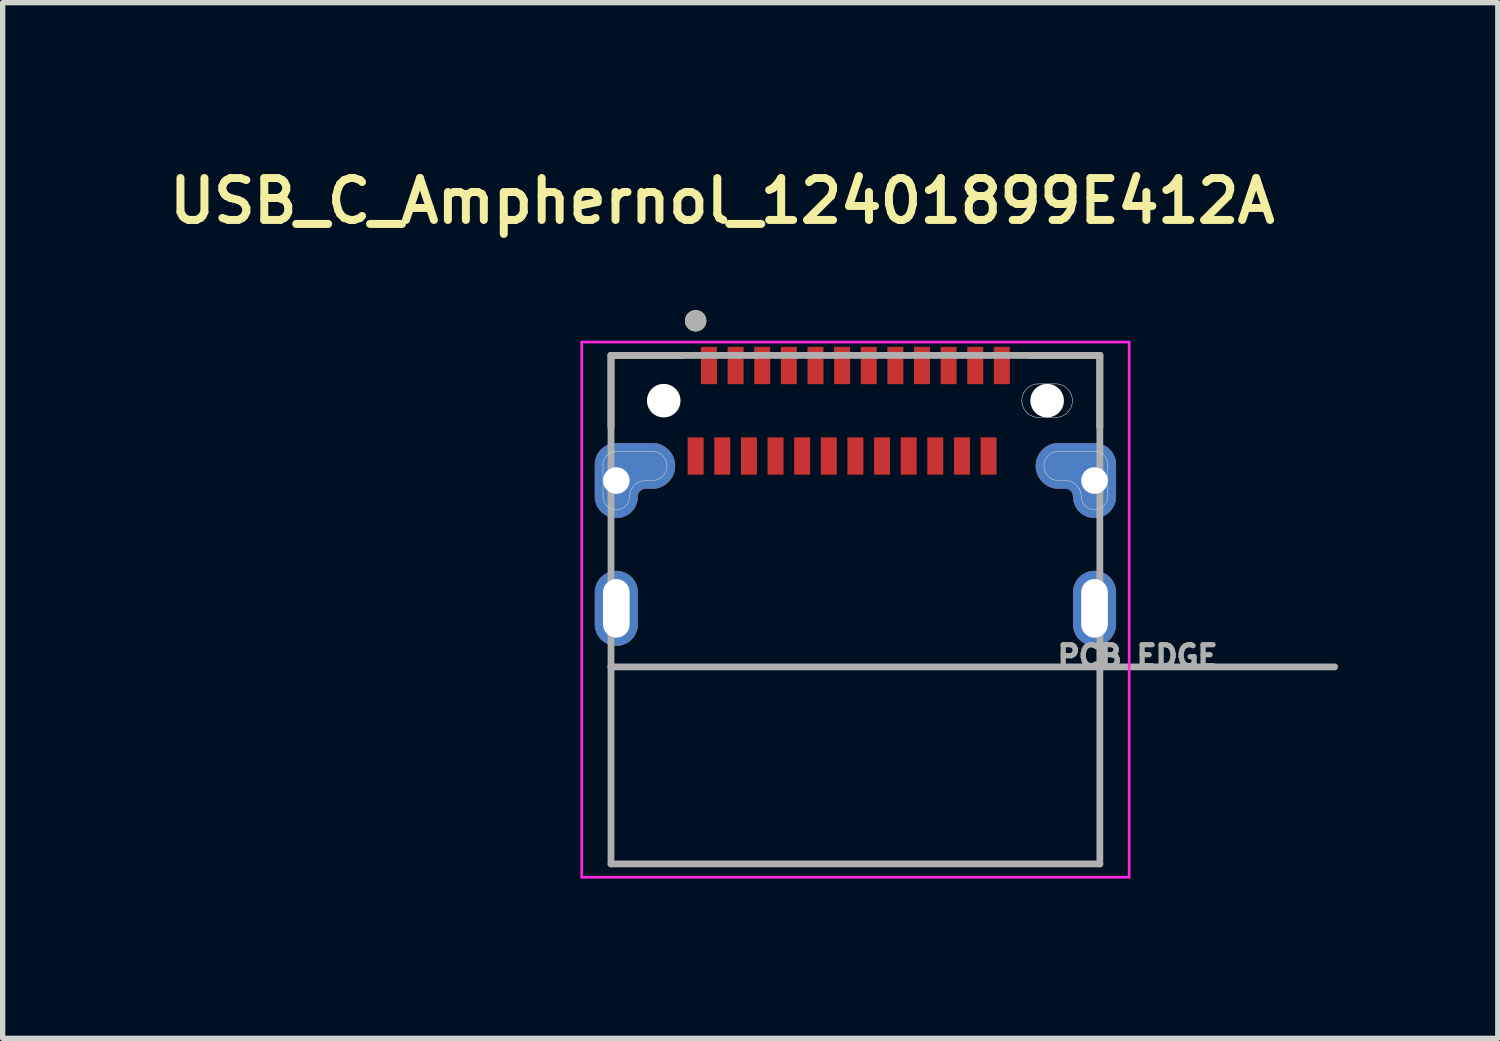
<source format=kicad_pcb>
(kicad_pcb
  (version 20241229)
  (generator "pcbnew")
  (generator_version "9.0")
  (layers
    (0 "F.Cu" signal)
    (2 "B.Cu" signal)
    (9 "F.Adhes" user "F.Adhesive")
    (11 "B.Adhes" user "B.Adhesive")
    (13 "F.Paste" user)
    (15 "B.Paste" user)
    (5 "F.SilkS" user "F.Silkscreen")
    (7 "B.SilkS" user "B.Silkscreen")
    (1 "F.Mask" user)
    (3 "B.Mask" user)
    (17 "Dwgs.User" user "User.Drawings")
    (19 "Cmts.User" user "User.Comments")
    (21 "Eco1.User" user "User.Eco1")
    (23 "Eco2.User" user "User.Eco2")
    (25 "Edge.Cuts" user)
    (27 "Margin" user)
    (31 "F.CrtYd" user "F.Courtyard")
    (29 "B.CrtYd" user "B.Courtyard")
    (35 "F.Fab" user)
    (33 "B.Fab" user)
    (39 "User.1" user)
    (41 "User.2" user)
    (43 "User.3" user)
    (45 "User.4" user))
  (footprint "USB_C_Amphernol_12401899E412A"
    (layer "F.Cu")
    (at 13.014 4.474)
    (property "Reference" "USB_C_Amphernol_12401899E412A" (at -2.5 -3.75 0) (layer "F.SilkS") (effects (font (size 0.787 0.787) (thickness 0.15))))
    (attr through_hole)
    (fp_poly (pts (xy -4.49 3.2) (xy -4.511 3.201) (xy -4.532 3.202) (xy -4.553 3.205) (xy -4.573 3.209) (xy -4.594 3.214) (xy -4.614 3.22) (xy -4.633 3.227) (xy -4.653 3.235) (xy -4.672 3.244) (xy -4.69 3.254) (xy -4.708 3.265) (xy -4.725 3.276) (xy -4.742 3.289) (xy -4.758 3.303) (xy -4.773 3.317) (xy -4.787 3.332) (xy -4.801 3.348) (xy -4.814 3.365) (xy -4.825 3.382) (xy -4.836 3.4) (xy -4.846 3.418) (xy -4.855 3.437) (xy -4.863 3.457) (xy -4.87 3.476) (xy -4.876 3.496) (xy -4.881 3.517) (xy -4.885 3.537) (xy -4.888 3.558) (xy -4.889 3.579) (xy -4.89 3.6) (xy -4.89 4.2) (xy -4.889 4.221) (xy -4.888 4.242) (xy -4.885 4.263) (xy -4.881 4.283) (xy -4.876 4.304) (xy -4.87 4.324) (xy -4.863 4.343) (xy -4.855 4.363) (xy -4.846 4.382) (xy -4.836 4.4) (xy -4.825 4.418) (xy -4.814 4.435) (xy -4.801 4.452) (xy -4.787 4.468) (xy -4.773 4.483) (xy -4.758 4.497) (xy -4.742 4.511) (xy -4.725 4.524) (xy -4.708 4.535) (xy -4.69 4.546) (xy -4.672 4.556) (xy -4.653 4.565) (xy -4.633 4.573) (xy -4.614 4.58) (xy -4.594 4.586) (xy -4.573 4.591) (xy -4.553 4.595) (xy -4.532 4.598) (xy -4.511 4.599) (xy -4.49 4.6) (xy -4.469 4.599) (xy -4.448 4.598) (xy -4.427 4.595) (xy -4.407 4.591) (xy -4.386 4.586) (xy -4.366 4.58) (xy -4.347 4.573) (xy -4.327 4.565) (xy -4.308 4.556) (xy -4.29 4.546) (xy -4.272 4.535) (xy -4.255 4.524) (xy -4.238 4.511) (xy -4.222 4.497) (xy -4.207 4.483) (xy -4.193 4.468) (xy -4.179 4.452) (xy -4.166 4.435) (xy -4.155 4.418) (xy -4.144 4.4) (xy -4.134 4.382) (xy -4.125 4.363) (xy -4.117 4.343) (xy -4.11 4.324) (xy -4.104 4.304) (xy -4.099 4.283) (xy -4.095 4.263) (xy -4.092 4.242) (xy -4.091 4.221) (xy -4.09 4.2) (xy -4.09 3.6) (xy -4.091 3.579) (xy -4.092 3.558) (xy -4.095 3.537) (xy -4.099 3.517) (xy -4.104 3.496) (xy -4.11 3.476) (xy -4.117 3.457) (xy -4.125 3.437) (xy -4.134 3.418) (xy -4.144 3.4) (xy -4.155 3.382) (xy -4.166 3.365) (xy -4.179 3.348) (xy -4.193 3.332) (xy -4.207 3.317) (xy -4.222 3.303) (xy -4.238 3.289) (xy -4.255 3.276) (xy -4.272 3.265) (xy -4.29 3.254) (xy -4.308 3.244) (xy -4.327 3.235) (xy -4.347 3.227) (xy -4.366 3.22) (xy -4.386 3.214) (xy -4.407 3.209) (xy -4.427 3.205) (xy -4.448 3.202) (xy -4.469 3.201) (xy -4.49 3.2)) (stroke (width 0.01) (type solid)) (fill yes) (layer "F.Cu"))
    (fp_poly (pts (xy 4.49 3.2) (xy 4.469 3.201) (xy 4.448 3.202) (xy 4.427 3.205) (xy 4.407 3.209) (xy 4.386 3.214) (xy 4.366 3.22) (xy 4.347 3.227) (xy 4.327 3.235) (xy 4.308 3.244) (xy 4.29 3.254) (xy 4.272 3.265) (xy 4.255 3.276) (xy 4.238 3.289) (xy 4.222 3.303) (xy 4.207 3.317) (xy 4.193 3.332) (xy 4.179 3.348) (xy 4.166 3.365) (xy 4.155 3.382) (xy 4.144 3.4) (xy 4.134 3.418) (xy 4.125 3.437) (xy 4.117 3.457) (xy 4.11 3.476) (xy 4.104 3.496) (xy 4.099 3.517) (xy 4.095 3.537) (xy 4.092 3.558) (xy 4.091 3.579) (xy 4.09 3.6) (xy 4.09 4.2) (xy 4.091 4.221) (xy 4.092 4.242) (xy 4.095 4.263) (xy 4.099 4.283) (xy 4.104 4.304) (xy 4.11 4.324) (xy 4.117 4.343) (xy 4.125 4.363) (xy 4.134 4.382) (xy 4.144 4.4) (xy 4.155 4.418) (xy 4.166 4.435) (xy 4.179 4.452) (xy 4.193 4.468) (xy 4.207 4.483) (xy 4.222 4.497) (xy 4.238 4.511) (xy 4.255 4.524) (xy 4.272 4.535) (xy 4.29 4.546) (xy 4.308 4.556) (xy 4.327 4.565) (xy 4.347 4.573) (xy 4.366 4.58) (xy 4.386 4.586) (xy 4.407 4.591) (xy 4.427 4.595) (xy 4.448 4.598) (xy 4.469 4.599) (xy 4.49 4.6) (xy 4.511 4.599) (xy 4.532 4.598) (xy 4.553 4.595) (xy 4.573 4.591) (xy 4.594 4.586) (xy 4.614 4.58) (xy 4.633 4.573) (xy 4.653 4.565) (xy 4.672 4.556) (xy 4.69 4.546) (xy 4.708 4.535) (xy 4.725 4.524) (xy 4.742 4.511) (xy 4.758 4.497) (xy 4.773 4.483) (xy 4.787 4.468) (xy 4.801 4.452) (xy 4.814 4.435) (xy 4.825 4.418) (xy 4.836 4.4) (xy 4.846 4.382) (xy 4.855 4.363) (xy 4.863 4.343) (xy 4.87 4.324) (xy 4.876 4.304) (xy 4.881 4.283) (xy 4.885 4.263) (xy 4.888 4.242) (xy 4.889 4.221) (xy 4.89 4.2) (xy 4.89 3.6) (xy 4.889 3.579) (xy 4.888 3.558) (xy 4.885 3.537) (xy 4.881 3.517) (xy 4.876 3.496) (xy 4.87 3.476) (xy 4.863 3.457) (xy 4.855 3.437) (xy 4.846 3.418) (xy 4.836 3.4) (xy 4.825 3.382) (xy 4.814 3.365) (xy 4.801 3.348) (xy 4.787 3.332) (xy 4.773 3.317) (xy 4.758 3.303) (xy 4.742 3.289) (xy 4.725 3.276) (xy 4.708 3.265) (xy 4.69 3.254) (xy 4.672 3.244) (xy 4.653 3.235) (xy 4.633 3.227) (xy 4.614 3.22) (xy 4.594 3.214) (xy 4.573 3.209) (xy 4.553 3.205) (xy 4.532 3.202) (xy 4.511 3.201) (xy 4.49 3.2)) (stroke (width 0.01) (type solid)) (fill yes) (layer "F.Cu"))
    (fp_poly (pts (xy -4.49 0.8) (xy -3.815 0.8) (xy -3.793 0.801) (xy -3.771 0.802) (xy -3.749 0.805) (xy -3.727 0.809) (xy -3.705 0.814) (xy -3.684 0.821) (xy -3.663 0.828) (xy -3.642 0.837) (xy -3.622 0.846) (xy -3.603 0.857) (xy -3.584 0.869) (xy -3.565 0.881) (xy -3.548 0.895) (xy -3.531 0.909) (xy -3.514 0.924) (xy -3.499 0.941) (xy -3.485 0.958) (xy -3.471 0.975) (xy -3.459 0.994) (xy -3.447 1.013) (xy -3.436 1.032) (xy -3.427 1.052) (xy -3.418 1.073) (xy -3.411 1.094) (xy -3.404 1.115) (xy -3.399 1.137) (xy -3.395 1.159) (xy -3.392 1.181) (xy -3.391 1.203) (xy -3.39 1.225) (xy -3.391 1.247) (xy -3.392 1.269) (xy -3.395 1.291) (xy -3.399 1.313) (xy -3.404 1.335) (xy -3.411 1.356) (xy -3.418 1.377) (xy -3.427 1.398) (xy -3.436 1.418) (xy -3.447 1.438) (xy -3.459 1.456) (xy -3.471 1.475) (xy -3.485 1.492) (xy -3.499 1.509) (xy -3.514 1.526) (xy -3.531 1.541) (xy -3.548 1.555) (xy -3.565 1.569) (xy -3.584 1.581) (xy -3.603 1.593) (xy -3.622 1.604) (xy -3.642 1.613) (xy -3.663 1.622) (xy -3.684 1.629) (xy -3.705 1.636) (xy -3.727 1.641) (xy -3.749 1.645) (xy -3.771 1.648) (xy -3.793 1.649) (xy -3.815 1.65) (xy -3.94 1.65) (xy -3.948 1.65) (xy -3.956 1.651) (xy -3.963 1.652) (xy -3.971 1.653) (xy -3.979 1.655) (xy -3.986 1.657) (xy -3.994 1.66) (xy -4.001 1.663) (xy -4.008 1.666) (xy -4.015 1.67) (xy -4.022 1.674) (xy -4.028 1.679) (xy -4.034 1.683) (xy -4.04 1.689) (xy -4.046 1.694) (xy -4.051 1.7) (xy -4.057 1.706) (xy -4.061 1.712) (xy -4.066 1.718) (xy -4.07 1.725) (xy -4.074 1.732) (xy -4.077 1.739) (xy -4.08 1.746) (xy -4.083 1.754) (xy -4.085 1.761) (xy -4.087 1.769) (xy -4.088 1.777) (xy -4.089 1.784) (xy -4.09 1.792) (xy -4.09 1.8) (xy -4.091 1.821) (xy -4.092 1.842) (xy -4.095 1.863) (xy -4.099 1.883) (xy -4.104 1.904) (xy -4.11 1.924) (xy -4.117 1.943) (xy -4.125 1.963) (xy -4.134 1.982) (xy -4.144 2) (xy -4.155 2.018) (xy -4.166 2.035) (xy -4.179 2.052) (xy -4.193 2.068) (xy -4.207 2.083) (xy -4.222 2.097) (xy -4.238 2.111) (xy -4.255 2.124) (xy -4.272 2.135) (xy -4.29 2.146) (xy -4.308 2.156) (xy -4.327 2.165) (xy -4.347 2.173) (xy -4.366 2.18) (xy -4.386 2.186) (xy -4.407 2.191) (xy -4.427 2.195) (xy -4.448 2.198) (xy -4.469 2.199) (xy -4.49 2.2) (xy -4.511 2.199) (xy -4.532 2.198) (xy -4.553 2.195) (xy -4.573 2.191) (xy -4.594 2.186) (xy -4.614 2.18) (xy -4.633 2.173) (xy -4.653 2.165) (xy -4.672 2.156) (xy -4.69 2.146) (xy -4.708 2.135) (xy -4.725 2.124) (xy -4.742 2.111) (xy -4.758 2.097) (xy -4.773 2.083) (xy -4.787 2.068) (xy -4.801 2.052) (xy -4.814 2.035) (xy -4.825 2.018) (xy -4.836 2) (xy -4.846 1.982) (xy -4.855 1.963) (xy -4.863 1.943) (xy -4.87 1.924) (xy -4.876 1.904) (xy -4.881 1.883) (xy -4.885 1.863) (xy -4.888 1.842) (xy -4.889 1.821) (xy -4.89 1.8) (xy -4.89 1.2) (xy -4.889 1.179) (xy -4.888 1.158) (xy -4.885 1.137) (xy -4.881 1.117) (xy -4.876 1.096) (xy -4.87 1.076) (xy -4.863 1.057) (xy -4.855 1.037) (xy -4.846 1.018) (xy -4.836 1) (xy -4.825 0.982) (xy -4.814 0.965) (xy -4.801 0.948) (xy -4.787 0.932) (xy -4.773 0.917) (xy -4.758 0.903) (xy -4.742 0.889) (xy -4.725 0.876) (xy -4.708 0.865) (xy -4.69 0.854) (xy -4.672 0.844) (xy -4.653 0.835) (xy -4.633 0.827) (xy -4.614 0.82) (xy -4.594 0.814) (xy -4.573 0.809) (xy -4.553 0.805) (xy -4.532 0.802) (xy -4.511 0.801) (xy -4.49 0.8)) (stroke (width 0.01) (type solid)) (fill yes) (layer "F.Cu"))
    (fp_poly (pts (xy 4.49 0.8) (xy 3.815 0.8) (xy 3.793 0.801) (xy 3.771 0.802) (xy 3.749 0.805) (xy 3.727 0.809) (xy 3.705 0.814) (xy 3.684 0.821) (xy 3.663 0.828) (xy 3.642 0.837) (xy 3.622 0.846) (xy 3.603 0.857) (xy 3.584 0.869) (xy 3.565 0.881) (xy 3.548 0.895) (xy 3.531 0.909) (xy 3.514 0.924) (xy 3.499 0.941) (xy 3.485 0.958) (xy 3.471 0.975) (xy 3.459 0.994) (xy 3.447 1.013) (xy 3.436 1.032) (xy 3.427 1.052) (xy 3.418 1.073) (xy 3.411 1.094) (xy 3.404 1.115) (xy 3.399 1.137) (xy 3.395 1.159) (xy 3.392 1.181) (xy 3.391 1.203) (xy 3.39 1.225) (xy 3.391 1.247) (xy 3.392 1.269) (xy 3.395 1.291) (xy 3.399 1.313) (xy 3.404 1.335) (xy 3.411 1.356) (xy 3.418 1.377) (xy 3.427 1.398) (xy 3.436 1.418) (xy 3.447 1.438) (xy 3.459 1.456) (xy 3.471 1.475) (xy 3.485 1.492) (xy 3.499 1.509) (xy 3.514 1.526) (xy 3.531 1.541) (xy 3.548 1.555) (xy 3.565 1.569) (xy 3.584 1.581) (xy 3.603 1.593) (xy 3.622 1.604) (xy 3.642 1.613) (xy 3.663 1.622) (xy 3.684 1.629) (xy 3.705 1.636) (xy 3.727 1.641) (xy 3.749 1.645) (xy 3.771 1.648) (xy 3.793 1.649) (xy 3.815 1.65) (xy 3.94 1.65) (xy 3.948 1.65) (xy 3.956 1.651) (xy 3.963 1.652) (xy 3.971 1.653) (xy 3.979 1.655) (xy 3.986 1.657) (xy 3.994 1.66) (xy 4.001 1.663) (xy 4.008 1.666) (xy 4.015 1.67) (xy 4.022 1.674) (xy 4.028 1.679) (xy 4.034 1.683) (xy 4.04 1.689) (xy 4.046 1.694) (xy 4.051 1.7) (xy 4.057 1.706) (xy 4.061 1.712) (xy 4.066 1.718) (xy 4.07 1.725) (xy 4.074 1.732) (xy 4.077 1.739) (xy 4.08 1.746) (xy 4.083 1.754) (xy 4.085 1.761) (xy 4.087 1.769) (xy 4.088 1.777) (xy 4.089 1.784) (xy 4.09 1.792) (xy 4.09 1.8) (xy 4.091 1.821) (xy 4.092 1.842) (xy 4.095 1.863) (xy 4.099 1.883) (xy 4.104 1.904) (xy 4.11 1.924) (xy 4.117 1.943) (xy 4.125 1.963) (xy 4.134 1.982) (xy 4.144 2) (xy 4.155 2.018) (xy 4.166 2.035) (xy 4.179 2.052) (xy 4.193 2.068) (xy 4.207 2.083) (xy 4.222 2.097) (xy 4.238 2.111) (xy 4.255 2.124) (xy 4.272 2.135) (xy 4.29 2.146) (xy 4.308 2.156) (xy 4.327 2.165) (xy 4.347 2.173) (xy 4.366 2.18) (xy 4.386 2.186) (xy 4.407 2.191) (xy 4.427 2.195) (xy 4.448 2.198) (xy 4.469 2.199) (xy 4.49 2.2) (xy 4.511 2.199) (xy 4.532 2.198) (xy 4.553 2.195) (xy 4.573 2.191) (xy 4.594 2.186) (xy 4.614 2.18) (xy 4.633 2.173) (xy 4.653 2.165) (xy 4.672 2.156) (xy 4.69 2.146) (xy 4.708 2.135) (xy 4.725 2.124) (xy 4.742 2.111) (xy 4.758 2.097) (xy 4.773 2.083) (xy 4.787 2.068) (xy 4.801 2.052) (xy 4.814 2.035) (xy 4.825 2.018) (xy 4.836 2) (xy 4.846 1.982) (xy 4.855 1.963) (xy 4.863 1.943) (xy 4.87 1.924) (xy 4.876 1.904) (xy 4.881 1.883) (xy 4.885 1.863) (xy 4.888 1.842) (xy 4.889 1.821) (xy 4.89 1.8) (xy 4.89 1.2) (xy 4.889 1.179) (xy 4.888 1.158) (xy 4.885 1.137) (xy 4.881 1.117) (xy 4.876 1.096) (xy 4.87 1.076) (xy 4.863 1.057) (xy 4.855 1.037) (xy 4.846 1.018) (xy 4.836 1) (xy 4.825 0.982) (xy 4.814 0.965) (xy 4.801 0.948) (xy 4.787 0.932) (xy 4.773 0.917) (xy 4.758 0.903) (xy 4.742 0.889) (xy 4.725 0.876) (xy 4.708 0.865) (xy 4.69 0.854) (xy 4.672 0.844) (xy 4.653 0.835) (xy 4.633 0.827) (xy 4.614 0.82) (xy 4.594 0.814) (xy 4.573 0.809) (xy 4.553 0.805) (xy 4.532 0.802) (xy 4.511 0.801) (xy 4.49 0.8)) (stroke (width 0.01) (type solid)) (fill yes) (layer "F.Cu"))
    (fp_poly (pts (xy -4.49 3.1) (xy -4.516 3.101) (xy -4.542 3.103) (xy -4.568 3.106) (xy -4.594 3.111) (xy -4.619 3.117) (xy -4.645 3.124) (xy -4.669 3.133) (xy -4.693 3.143) (xy -4.717 3.154) (xy -4.74 3.167) (xy -4.762 3.181) (xy -4.784 3.195) (xy -4.805 3.211) (xy -4.825 3.228) (xy -4.844 3.246) (xy -4.862 3.265) (xy -4.879 3.285) (xy -4.895 3.306) (xy -4.909 3.328) (xy -4.923 3.35) (xy -4.936 3.373) (xy -4.947 3.397) (xy -4.957 3.421) (xy -4.966 3.445) (xy -4.973 3.471) (xy -4.979 3.496) (xy -4.984 3.522) (xy -4.987 3.548) (xy -4.989 3.574) (xy -4.99 3.6) (xy -4.99 4.2) (xy -4.989 4.226) (xy -4.987 4.252) (xy -4.984 4.278) (xy -4.979 4.304) (xy -4.973 4.329) (xy -4.966 4.355) (xy -4.957 4.379) (xy -4.947 4.403) (xy -4.936 4.427) (xy -4.923 4.45) (xy -4.909 4.472) (xy -4.895 4.494) (xy -4.879 4.515) (xy -4.862 4.535) (xy -4.844 4.554) (xy -4.825 4.572) (xy -4.805 4.589) (xy -4.784 4.605) (xy -4.762 4.619) (xy -4.74 4.633) (xy -4.717 4.646) (xy -4.693 4.657) (xy -4.669 4.667) (xy -4.645 4.676) (xy -4.619 4.683) (xy -4.594 4.689) (xy -4.568 4.694) (xy -4.542 4.697) (xy -4.516 4.699) (xy -4.49 4.7) (xy -4.464 4.699) (xy -4.438 4.697) (xy -4.412 4.694) (xy -4.386 4.689) (xy -4.361 4.683) (xy -4.335 4.676) (xy -4.311 4.667) (xy -4.287 4.657) (xy -4.263 4.646) (xy -4.24 4.633) (xy -4.218 4.619) (xy -4.196 4.605) (xy -4.175 4.589) (xy -4.155 4.572) (xy -4.136 4.554) (xy -4.118 4.535) (xy -4.101 4.515) (xy -4.085 4.494) (xy -4.071 4.472) (xy -4.057 4.45) (xy -4.044 4.427) (xy -4.033 4.403) (xy -4.023 4.379) (xy -4.014 4.355) (xy -4.007 4.329) (xy -4.001 4.304) (xy -3.996 4.278) (xy -3.993 4.252) (xy -3.991 4.226) (xy -3.99 4.2) (xy -3.99 3.6) (xy -3.991 3.574) (xy -3.993 3.548) (xy -3.996 3.522) (xy -4.001 3.496) (xy -4.007 3.471) (xy -4.014 3.445) (xy -4.023 3.421) (xy -4.033 3.397) (xy -4.044 3.373) (xy -4.057 3.35) (xy -4.071 3.328) (xy -4.085 3.306) (xy -4.101 3.285) (xy -4.118 3.265) (xy -4.136 3.246) (xy -4.155 3.228) (xy -4.175 3.211) (xy -4.196 3.195) (xy -4.218 3.181) (xy -4.24 3.167) (xy -4.263 3.154) (xy -4.287 3.143) (xy -4.311 3.133) (xy -4.335 3.124) (xy -4.361 3.117) (xy -4.386 3.111) (xy -4.412 3.106) (xy -4.438 3.103) (xy -4.464 3.101) (xy -4.49 3.1)) (stroke (width 0.01) (type solid)) (fill yes) (layer "F.Mask"))
    (fp_poly (pts (xy 3.025 0) (xy 3.026 -0.022) (xy 3.027 -0.043) (xy 3.03 -0.065) (xy 3.034 -0.086) (xy 3.039 -0.107) (xy 3.045 -0.128) (xy 3.053 -0.149) (xy 3.061 -0.169) (xy 3.07 -0.188) (xy 3.081 -0.207) (xy 3.092 -0.226) (xy 3.104 -0.244) (xy 3.117 -0.261) (xy 3.132 -0.278) (xy 3.147 -0.293) (xy 3.162 -0.308) (xy 3.179 -0.323) (xy 3.196 -0.336) (xy 3.214 -0.348) (xy 3.232 -0.359) (xy 3.252 -0.37) (xy 3.271 -0.379) (xy 3.291 -0.387) (xy 3.312 -0.395) (xy 3.333 -0.401) (xy 3.354 -0.406) (xy 3.375 -0.41) (xy 3.397 -0.413) (xy 3.418 -0.414) (xy 3.44 -0.415) (xy 3.76 -0.415) (xy 3.782 -0.414) (xy 3.803 -0.413) (xy 3.825 -0.41) (xy 3.846 -0.406) (xy 3.867 -0.401) (xy 3.888 -0.395) (xy 3.909 -0.387) (xy 3.929 -0.379) (xy 3.948 -0.37) (xy 3.967 -0.359) (xy 3.986 -0.348) (xy 4.004 -0.336) (xy 4.021 -0.323) (xy 4.038 -0.308) (xy 4.053 -0.293) (xy 4.068 -0.278) (xy 4.083 -0.261) (xy 4.096 -0.244) (xy 4.108 -0.226) (xy 4.119 -0.207) (xy 4.13 -0.188) (xy 4.139 -0.169) (xy 4.147 -0.149) (xy 4.155 -0.128) (xy 4.161 -0.107) (xy 4.166 -0.086) (xy 4.17 -0.065) (xy 4.173 -0.043) (xy 4.174 -0.022) (xy 4.175 0) (xy 4.174 0.022) (xy 4.173 0.043) (xy 4.17 0.065) (xy 4.166 0.086) (xy 4.161 0.107) (xy 4.155 0.128) (xy 4.147 0.149) (xy 4.139 0.169) (xy 4.13 0.188) (xy 4.119 0.207) (xy 4.108 0.226) (xy 4.096 0.244) (xy 4.083 0.261) (xy 4.068 0.278) (xy 4.053 0.293) (xy 4.038 0.308) (xy 4.021 0.323) (xy 4.004 0.336) (xy 3.986 0.348) (xy 3.967 0.359) (xy 3.948 0.37) (xy 3.929 0.379) (xy 3.909 0.387) (xy 3.888 0.395) (xy 3.867 0.401) (xy 3.846 0.406) (xy 3.825 0.41) (xy 3.803 0.413) (xy 3.782 0.414) (xy 3.76 0.415) (xy 3.44 0.415) (xy 3.418 0.414) (xy 3.397 0.413) (xy 3.375 0.41) (xy 3.354 0.406) (xy 3.333 0.401) (xy 3.312 0.395) (xy 3.291 0.387) (xy 3.271 0.379) (xy 3.252 0.37) (xy 3.232 0.359) (xy 3.214 0.348) (xy 3.196 0.336) (xy 3.179 0.323) (xy 3.162 0.308) (xy 3.147 0.293) (xy 3.132 0.278) (xy 3.117 0.261) (xy 3.104 0.244) (xy 3.092 0.226) (xy 3.081 0.207) (xy 3.07 0.188) (xy 3.061 0.169) (xy 3.053 0.149) (xy 3.045 0.128) (xy 3.039 0.107) (xy 3.034 0.086) (xy 3.03 0.065) (xy 3.027 0.043) (xy 3.026 0.022) (xy 3.025 0)) (stroke (width 0.01) (type solid)) (fill yes) (layer "F.Mask"))
    (fp_poly (pts (xy 4.49 3.1) (xy 4.464 3.101) (xy 4.438 3.103) (xy 4.412 3.106) (xy 4.386 3.111) (xy 4.361 3.117) (xy 4.335 3.124) (xy 4.311 3.133) (xy 4.287 3.143) (xy 4.263 3.154) (xy 4.24 3.167) (xy 4.218 3.181) (xy 4.196 3.195) (xy 4.175 3.211) (xy 4.155 3.228) (xy 4.136 3.246) (xy 4.118 3.265) (xy 4.101 3.285) (xy 4.085 3.306) (xy 4.071 3.328) (xy 4.057 3.35) (xy 4.044 3.373) (xy 4.033 3.397) (xy 4.023 3.421) (xy 4.014 3.445) (xy 4.007 3.471) (xy 4.001 3.496) (xy 3.996 3.522) (xy 3.993 3.548) (xy 3.991 3.574) (xy 3.99 3.6) (xy 3.99 4.2) (xy 3.991 4.226) (xy 3.993 4.252) (xy 3.996 4.278) (xy 4.001 4.304) (xy 4.007 4.329) (xy 4.014 4.355) (xy 4.023 4.379) (xy 4.033 4.403) (xy 4.044 4.427) (xy 4.057 4.45) (xy 4.071 4.472) (xy 4.085 4.494) (xy 4.101 4.515) (xy 4.118 4.535) (xy 4.136 4.554) (xy 4.155 4.572) (xy 4.175 4.589) (xy 4.196 4.605) (xy 4.218 4.619) (xy 4.24 4.633) (xy 4.263 4.646) (xy 4.287 4.657) (xy 4.311 4.667) (xy 4.335 4.676) (xy 4.361 4.683) (xy 4.386 4.689) (xy 4.412 4.694) (xy 4.438 4.697) (xy 4.464 4.699) (xy 4.49 4.7) (xy 4.516 4.699) (xy 4.542 4.697) (xy 4.568 4.694) (xy 4.594 4.689) (xy 4.619 4.683) (xy 4.645 4.676) (xy 4.669 4.667) (xy 4.693 4.657) (xy 4.717 4.646) (xy 4.74 4.633) (xy 4.762 4.619) (xy 4.784 4.605) (xy 4.805 4.589) (xy 4.825 4.572) (xy 4.844 4.554) (xy 4.862 4.535) (xy 4.879 4.515) (xy 4.895 4.494) (xy 4.909 4.472) (xy 4.923 4.45) (xy 4.936 4.427) (xy 4.947 4.403) (xy 4.957 4.379) (xy 4.966 4.355) (xy 4.973 4.329) (xy 4.979 4.304) (xy 4.984 4.278) (xy 4.987 4.252) (xy 4.989 4.226) (xy 4.99 4.2) (xy 4.99 3.6) (xy 4.989 3.574) (xy 4.987 3.548) (xy 4.984 3.522) (xy 4.979 3.496) (xy 4.973 3.471) (xy 4.966 3.445) (xy 4.957 3.421) (xy 4.947 3.397) (xy 4.936 3.373) (xy 4.923 3.35) (xy 4.909 3.328) (xy 4.895 3.306) (xy 4.879 3.285) (xy 4.862 3.265) (xy 4.844 3.246) (xy 4.825 3.228) (xy 4.805 3.211) (xy 4.784 3.195) (xy 4.762 3.181) (xy 4.74 3.167) (xy 4.717 3.154) (xy 4.693 3.143) (xy 4.669 3.133) (xy 4.645 3.124) (xy 4.619 3.117) (xy 4.594 3.111) (xy 4.568 3.106) (xy 4.542 3.103) (xy 4.516 3.101) (xy 4.49 3.1)) (stroke (width 0.01) (type solid)) (fill yes) (layer "F.Mask"))
    (fp_poly (pts (xy -4.49 0.7) (xy -3.815 0.7) (xy -3.788 0.701) (xy -3.76 0.703) (xy -3.733 0.706) (xy -3.706 0.711) (xy -3.679 0.718) (xy -3.653 0.726) (xy -3.627 0.735) (xy -3.601 0.745) (xy -3.577 0.757) (xy -3.553 0.77) (xy -3.529 0.785) (xy -3.506 0.8) (xy -3.485 0.817) (xy -3.464 0.835) (xy -3.444 0.854) (xy -3.425 0.874) (xy -3.407 0.895) (xy -3.39 0.916) (xy -3.375 0.939) (xy -3.36 0.963) (xy -3.347 0.987) (xy -3.335 1.011) (xy -3.325 1.037) (xy -3.316 1.063) (xy -3.308 1.089) (xy -3.301 1.116) (xy -3.296 1.143) (xy -3.293 1.17) (xy -3.291 1.198) (xy -3.29 1.225) (xy -3.291 1.252) (xy -3.293 1.28) (xy -3.296 1.307) (xy -3.301 1.334) (xy -3.308 1.361) (xy -3.316 1.387) (xy -3.325 1.413) (xy -3.335 1.439) (xy -3.347 1.463) (xy -3.36 1.488) (xy -3.375 1.511) (xy -3.39 1.534) (xy -3.407 1.555) (xy -3.425 1.576) (xy -3.444 1.596) (xy -3.464 1.615) (xy -3.485 1.633) (xy -3.506 1.65) (xy -3.529 1.665) (xy -3.553 1.68) (xy -3.577 1.693) (xy -3.601 1.705) (xy -3.627 1.715) (xy -3.653 1.724) (xy -3.679 1.732) (xy -3.706 1.739) (xy -3.733 1.744) (xy -3.76 1.747) (xy -3.788 1.749) (xy -3.815 1.75) (xy -3.94 1.75) (xy -3.943 1.75) (xy -3.945 1.75) (xy -3.948 1.751) (xy -3.95 1.751) (xy -3.953 1.752) (xy -3.955 1.752) (xy -3.958 1.753) (xy -3.96 1.754) (xy -3.963 1.755) (xy -3.965 1.757) (xy -3.967 1.758) (xy -3.969 1.76) (xy -3.971 1.761) (xy -3.973 1.763) (xy -3.975 1.765) (xy -3.977 1.767) (xy -3.979 1.769) (xy -3.98 1.771) (xy -3.982 1.773) (xy -3.983 1.775) (xy -3.985 1.777) (xy -3.986 1.78) (xy -3.987 1.782) (xy -3.988 1.785) (xy -3.988 1.787) (xy -3.989 1.79) (xy -3.989 1.792) (xy -3.99 1.795) (xy -3.99 1.797) (xy -3.99 1.8) (xy -3.991 1.826) (xy -3.993 1.852) (xy -3.996 1.878) (xy -4.001 1.904) (xy -4.007 1.929) (xy -4.014 1.955) (xy -4.023 1.979) (xy -4.033 2.003) (xy -4.044 2.027) (xy -4.057 2.05) (xy -4.071 2.072) (xy -4.085 2.094) (xy -4.101 2.115) (xy -4.118 2.135) (xy -4.136 2.154) (xy -4.155 2.172) (xy -4.175 2.189) (xy -4.196 2.205) (xy -4.218 2.219) (xy -4.24 2.233) (xy -4.263 2.246) (xy -4.287 2.257) (xy -4.311 2.267) (xy -4.335 2.276) (xy -4.361 2.283) (xy -4.386 2.289) (xy -4.412 2.294) (xy -4.438 2.297) (xy -4.464 2.299) (xy -4.49 2.3) (xy -4.516 2.299) (xy -4.542 2.297) (xy -4.568 2.294) (xy -4.594 2.289) (xy -4.619 2.283) (xy -4.645 2.276) (xy -4.669 2.267) (xy -4.693 2.257) (xy -4.717 2.246) (xy -4.74 2.233) (xy -4.762 2.219) (xy -4.784 2.205) (xy -4.805 2.189) (xy -4.825 2.172) (xy -4.844 2.154) (xy -4.862 2.135) (xy -4.879 2.115) (xy -4.895 2.094) (xy -4.909 2.072) (xy -4.923 2.05) (xy -4.936 2.027) (xy -4.947 2.003) (xy -4.957 1.979) (xy -4.966 1.955) (xy -4.973 1.929) (xy -4.979 1.904) (xy -4.984 1.878) (xy -4.987 1.852) (xy -4.989 1.826) (xy -4.99 1.8) (xy -4.99 1.2) (xy -4.989 1.174) (xy -4.987 1.148) (xy -4.984 1.122) (xy -4.979 1.096) (xy -4.973 1.071) (xy -4.966 1.045) (xy -4.957 1.021) (xy -4.947 0.997) (xy -4.936 0.973) (xy -4.923 0.95) (xy -4.909 0.928) (xy -4.895 0.906) (xy -4.879 0.885) (xy -4.862 0.865) (xy -4.844 0.846) (xy -4.825 0.828) (xy -4.805 0.811) (xy -4.784 0.795) (xy -4.762 0.781) (xy -4.74 0.767) (xy -4.717 0.754) (xy -4.693 0.743) (xy -4.669 0.733) (xy -4.645 0.724) (xy -4.619 0.717) (xy -4.594 0.711) (xy -4.568 0.706) (xy -4.542 0.703) (xy -4.516 0.701) (xy -4.49 0.7)) (stroke (width 0.01) (type solid)) (fill yes) (layer "F.Mask"))
    (fp_poly (pts (xy 4.49 0.7) (xy 3.815 0.7) (xy 3.788 0.701) (xy 3.76 0.703) (xy 3.733 0.706) (xy 3.706 0.711) (xy 3.679 0.718) (xy 3.653 0.726) (xy 3.627 0.735) (xy 3.601 0.745) (xy 3.577 0.757) (xy 3.553 0.77) (xy 3.529 0.785) (xy 3.506 0.8) (xy 3.485 0.817) (xy 3.464 0.835) (xy 3.444 0.854) (xy 3.425 0.874) (xy 3.407 0.895) (xy 3.39 0.916) (xy 3.375 0.939) (xy 3.36 0.963) (xy 3.347 0.987) (xy 3.335 1.011) (xy 3.325 1.037) (xy 3.316 1.063) (xy 3.308 1.089) (xy 3.301 1.116) (xy 3.296 1.143) (xy 3.293 1.17) (xy 3.291 1.198) (xy 3.29 1.225) (xy 3.291 1.252) (xy 3.293 1.28) (xy 3.296 1.307) (xy 3.301 1.334) (xy 3.308 1.361) (xy 3.316 1.387) (xy 3.325 1.413) (xy 3.335 1.439) (xy 3.347 1.463) (xy 3.36 1.488) (xy 3.375 1.511) (xy 3.39 1.534) (xy 3.407 1.555) (xy 3.425 1.576) (xy 3.444 1.596) (xy 3.464 1.615) (xy 3.485 1.633) (xy 3.506 1.65) (xy 3.529 1.665) (xy 3.553 1.68) (xy 3.577 1.693) (xy 3.601 1.705) (xy 3.627 1.715) (xy 3.653 1.724) (xy 3.679 1.732) (xy 3.706 1.739) (xy 3.733 1.744) (xy 3.76 1.747) (xy 3.788 1.749) (xy 3.815 1.75) (xy 3.94 1.75) (xy 3.943 1.75) (xy 3.945 1.75) (xy 3.948 1.751) (xy 3.95 1.751) (xy 3.953 1.752) (xy 3.955 1.752) (xy 3.958 1.753) (xy 3.96 1.754) (xy 3.963 1.755) (xy 3.965 1.757) (xy 3.967 1.758) (xy 3.969 1.76) (xy 3.971 1.761) (xy 3.973 1.763) (xy 3.975 1.765) (xy 3.977 1.767) (xy 3.979 1.769) (xy 3.98 1.771) (xy 3.982 1.773) (xy 3.983 1.775) (xy 3.985 1.777) (xy 3.986 1.78) (xy 3.987 1.782) (xy 3.988 1.785) (xy 3.988 1.787) (xy 3.989 1.79) (xy 3.989 1.792) (xy 3.99 1.795) (xy 3.99 1.797) (xy 3.99 1.8) (xy 3.991 1.826) (xy 3.993 1.852) (xy 3.996 1.878) (xy 4.001 1.904) (xy 4.007 1.929) (xy 4.014 1.955) (xy 4.023 1.979) (xy 4.033 2.003) (xy 4.044 2.027) (xy 4.057 2.05) (xy 4.071 2.072) (xy 4.085 2.094) (xy 4.101 2.115) (xy 4.118 2.135) (xy 4.136 2.154) (xy 4.155 2.172) (xy 4.175 2.189) (xy 4.196 2.205) (xy 4.218 2.219) (xy 4.24 2.233) (xy 4.263 2.246) (xy 4.287 2.257) (xy 4.311 2.267) (xy 4.335 2.276) (xy 4.361 2.283) (xy 4.386 2.289) (xy 4.412 2.294) (xy 4.438 2.297) (xy 4.464 2.299) (xy 4.49 2.3) (xy 4.516 2.299) (xy 4.542 2.297) (xy 4.568 2.294) (xy 4.594 2.289) (xy 4.619 2.283) (xy 4.645 2.276) (xy 4.669 2.267) (xy 4.693 2.257) (xy 4.717 2.246) (xy 4.74 2.233) (xy 4.762 2.219) (xy 4.784 2.205) (xy 4.805 2.189) (xy 4.825 2.172) (xy 4.844 2.154) (xy 4.862 2.135) (xy 4.879 2.115) (xy 4.895 2.094) (xy 4.909 2.072) (xy 4.923 2.05) (xy 4.936 2.027) (xy 4.947 2.003) (xy 4.957 1.979) (xy 4.966 1.955) (xy 4.973 1.929) (xy 4.979 1.904) (xy 4.984 1.878) (xy 4.987 1.852) (xy 4.989 1.826) (xy 4.99 1.8) (xy 4.99 1.2) (xy 4.989 1.174) (xy 4.987 1.148) (xy 4.984 1.122) (xy 4.979 1.096) (xy 4.973 1.071) (xy 4.966 1.045) (xy 4.957 1.021) (xy 4.947 0.997) (xy 4.936 0.973) (xy 4.923 0.95) (xy 4.909 0.928) (xy 4.895 0.906) (xy 4.879 0.885) (xy 4.862 0.865) (xy 4.844 0.846) (xy 4.825 0.828) (xy 4.805 0.811) (xy 4.784 0.795) (xy 4.762 0.781) (xy 4.74 0.767) (xy 4.717 0.754) (xy 4.693 0.743) (xy 4.669 0.733) (xy 4.645 0.724) (xy 4.619 0.717) (xy 4.594 0.711) (xy 4.568 0.706) (xy 4.542 0.703) (xy 4.516 0.701) (xy 4.49 0.7)) (stroke (width 0.01) (type solid)) (fill yes) (layer "F.Mask"))
    (fp_poly (pts (xy -4.49 3.2) (xy -4.511 3.201) (xy -4.532 3.202) (xy -4.553 3.205) (xy -4.573 3.209) (xy -4.594 3.214) (xy -4.614 3.22) (xy -4.633 3.227) (xy -4.653 3.235) (xy -4.672 3.244) (xy -4.69 3.254) (xy -4.708 3.265) (xy -4.725 3.276) (xy -4.742 3.289) (xy -4.758 3.303) (xy -4.773 3.317) (xy -4.787 3.332) (xy -4.801 3.348) (xy -4.814 3.365) (xy -4.825 3.382) (xy -4.836 3.4) (xy -4.846 3.418) (xy -4.855 3.437) (xy -4.863 3.457) (xy -4.87 3.476) (xy -4.876 3.496) (xy -4.881 3.517) (xy -4.885 3.537) (xy -4.888 3.558) (xy -4.889 3.579) (xy -4.89 3.6) (xy -4.89 4.2) (xy -4.889 4.221) (xy -4.888 4.242) (xy -4.885 4.263) (xy -4.881 4.283) (xy -4.876 4.304) (xy -4.87 4.324) (xy -4.863 4.343) (xy -4.855 4.363) (xy -4.846 4.382) (xy -4.836 4.4) (xy -4.825 4.418) (xy -4.814 4.435) (xy -4.801 4.452) (xy -4.787 4.468) (xy -4.773 4.483) (xy -4.758 4.497) (xy -4.742 4.511) (xy -4.725 4.524) (xy -4.708 4.535) (xy -4.69 4.546) (xy -4.672 4.556) (xy -4.653 4.565) (xy -4.633 4.573) (xy -4.614 4.58) (xy -4.594 4.586) (xy -4.573 4.591) (xy -4.553 4.595) (xy -4.532 4.598) (xy -4.511 4.599) (xy -4.49 4.6) (xy -4.469 4.599) (xy -4.448 4.598) (xy -4.427 4.595) (xy -4.407 4.591) (xy -4.386 4.586) (xy -4.366 4.58) (xy -4.347 4.573) (xy -4.327 4.565) (xy -4.308 4.556) (xy -4.29 4.546) (xy -4.272 4.535) (xy -4.255 4.524) (xy -4.238 4.511) (xy -4.222 4.497) (xy -4.207 4.483) (xy -4.193 4.468) (xy -4.179 4.452) (xy -4.166 4.435) (xy -4.155 4.418) (xy -4.144 4.4) (xy -4.134 4.382) (xy -4.125 4.363) (xy -4.117 4.343) (xy -4.11 4.324) (xy -4.104 4.304) (xy -4.099 4.283) (xy -4.095 4.263) (xy -4.092 4.242) (xy -4.091 4.221) (xy -4.09 4.2) (xy -4.09 3.6) (xy -4.091 3.579) (xy -4.092 3.558) (xy -4.095 3.537) (xy -4.099 3.517) (xy -4.104 3.496) (xy -4.11 3.476) (xy -4.117 3.457) (xy -4.125 3.437) (xy -4.134 3.418) (xy -4.144 3.4) (xy -4.155 3.382) (xy -4.166 3.365) (xy -4.179 3.348) (xy -4.193 3.332) (xy -4.207 3.317) (xy -4.222 3.303) (xy -4.238 3.289) (xy -4.255 3.276) (xy -4.272 3.265) (xy -4.29 3.254) (xy -4.308 3.244) (xy -4.327 3.235) (xy -4.347 3.227) (xy -4.366 3.22) (xy -4.386 3.214) (xy -4.407 3.209) (xy -4.427 3.205) (xy -4.448 3.202) (xy -4.469 3.201) (xy -4.49 3.2)) (stroke (width 0.01) (type solid)) (fill yes) (layer "B.Cu"))
    (fp_poly (pts (xy 4.49 3.2) (xy 4.469 3.201) (xy 4.448 3.202) (xy 4.427 3.205) (xy 4.407 3.209) (xy 4.386 3.214) (xy 4.366 3.22) (xy 4.347 3.227) (xy 4.327 3.235) (xy 4.308 3.244) (xy 4.29 3.254) (xy 4.272 3.265) (xy 4.255 3.276) (xy 4.238 3.289) (xy 4.222 3.303) (xy 4.207 3.317) (xy 4.193 3.332) (xy 4.179 3.348) (xy 4.166 3.365) (xy 4.155 3.382) (xy 4.144 3.4) (xy 4.134 3.418) (xy 4.125 3.437) (xy 4.117 3.457) (xy 4.11 3.476) (xy 4.104 3.496) (xy 4.099 3.517) (xy 4.095 3.537) (xy 4.092 3.558) (xy 4.091 3.579) (xy 4.09 3.6) (xy 4.09 4.2) (xy 4.091 4.221) (xy 4.092 4.242) (xy 4.095 4.263) (xy 4.099 4.283) (xy 4.104 4.304) (xy 4.11 4.324) (xy 4.117 4.343) (xy 4.125 4.363) (xy 4.134 4.382) (xy 4.144 4.4) (xy 4.155 4.418) (xy 4.166 4.435) (xy 4.179 4.452) (xy 4.193 4.468) (xy 4.207 4.483) (xy 4.222 4.497) (xy 4.238 4.511) (xy 4.255 4.524) (xy 4.272 4.535) (xy 4.29 4.546) (xy 4.308 4.556) (xy 4.327 4.565) (xy 4.347 4.573) (xy 4.366 4.58) (xy 4.386 4.586) (xy 4.407 4.591) (xy 4.427 4.595) (xy 4.448 4.598) (xy 4.469 4.599) (xy 4.49 4.6) (xy 4.511 4.599) (xy 4.532 4.598) (xy 4.553 4.595) (xy 4.573 4.591) (xy 4.594 4.586) (xy 4.614 4.58) (xy 4.633 4.573) (xy 4.653 4.565) (xy 4.672 4.556) (xy 4.69 4.546) (xy 4.708 4.535) (xy 4.725 4.524) (xy 4.742 4.511) (xy 4.758 4.497) (xy 4.773 4.483) (xy 4.787 4.468) (xy 4.801 4.452) (xy 4.814 4.435) (xy 4.825 4.418) (xy 4.836 4.4) (xy 4.846 4.382) (xy 4.855 4.363) (xy 4.863 4.343) (xy 4.87 4.324) (xy 4.876 4.304) (xy 4.881 4.283) (xy 4.885 4.263) (xy 4.888 4.242) (xy 4.889 4.221) (xy 4.89 4.2) (xy 4.89 3.6) (xy 4.889 3.579) (xy 4.888 3.558) (xy 4.885 3.537) (xy 4.881 3.517) (xy 4.876 3.496) (xy 4.87 3.476) (xy 4.863 3.457) (xy 4.855 3.437) (xy 4.846 3.418) (xy 4.836 3.4) (xy 4.825 3.382) (xy 4.814 3.365) (xy 4.801 3.348) (xy 4.787 3.332) (xy 4.773 3.317) (xy 4.758 3.303) (xy 4.742 3.289) (xy 4.725 3.276) (xy 4.708 3.265) (xy 4.69 3.254) (xy 4.672 3.244) (xy 4.653 3.235) (xy 4.633 3.227) (xy 4.614 3.22) (xy 4.594 3.214) (xy 4.573 3.209) (xy 4.553 3.205) (xy 4.532 3.202) (xy 4.511 3.201) (xy 4.49 3.2)) (stroke (width 0.01) (type solid)) (fill yes) (layer "B.Cu"))
    (fp_poly (pts (xy -4.49 0.8) (xy -3.815 0.8) (xy -3.793 0.801) (xy -3.771 0.802) (xy -3.749 0.805) (xy -3.727 0.809) (xy -3.705 0.814) (xy -3.684 0.821) (xy -3.663 0.828) (xy -3.642 0.837) (xy -3.622 0.846) (xy -3.603 0.857) (xy -3.584 0.869) (xy -3.565 0.881) (xy -3.548 0.895) (xy -3.531 0.909) (xy -3.514 0.924) (xy -3.499 0.941) (xy -3.485 0.958) (xy -3.471 0.975) (xy -3.459 0.994) (xy -3.447 1.013) (xy -3.436 1.032) (xy -3.427 1.052) (xy -3.418 1.073) (xy -3.411 1.094) (xy -3.404 1.115) (xy -3.399 1.137) (xy -3.395 1.159) (xy -3.392 1.181) (xy -3.391 1.203) (xy -3.39 1.225) (xy -3.391 1.247) (xy -3.392 1.269) (xy -3.395 1.291) (xy -3.399 1.313) (xy -3.404 1.335) (xy -3.411 1.356) (xy -3.418 1.377) (xy -3.427 1.398) (xy -3.436 1.418) (xy -3.447 1.438) (xy -3.459 1.456) (xy -3.471 1.475) (xy -3.485 1.492) (xy -3.499 1.509) (xy -3.514 1.526) (xy -3.531 1.541) (xy -3.548 1.555) (xy -3.565 1.569) (xy -3.584 1.581) (xy -3.603 1.593) (xy -3.622 1.604) (xy -3.642 1.613) (xy -3.663 1.622) (xy -3.684 1.629) (xy -3.705 1.636) (xy -3.727 1.641) (xy -3.749 1.645) (xy -3.771 1.648) (xy -3.793 1.649) (xy -3.815 1.65) (xy -3.94 1.65) (xy -3.948 1.65) (xy -3.956 1.651) (xy -3.963 1.652) (xy -3.971 1.653) (xy -3.979 1.655) (xy -3.986 1.657) (xy -3.994 1.66) (xy -4.001 1.663) (xy -4.008 1.666) (xy -4.015 1.67) (xy -4.022 1.674) (xy -4.028 1.679) (xy -4.034 1.683) (xy -4.04 1.689) (xy -4.046 1.694) (xy -4.051 1.7) (xy -4.057 1.706) (xy -4.061 1.712) (xy -4.066 1.718) (xy -4.07 1.725) (xy -4.074 1.732) (xy -4.077 1.739) (xy -4.08 1.746) (xy -4.083 1.754) (xy -4.085 1.761) (xy -4.087 1.769) (xy -4.088 1.777) (xy -4.089 1.784) (xy -4.09 1.792) (xy -4.09 1.8) (xy -4.091 1.821) (xy -4.092 1.842) (xy -4.095 1.863) (xy -4.099 1.883) (xy -4.104 1.904) (xy -4.11 1.924) (xy -4.117 1.943) (xy -4.125 1.963) (xy -4.134 1.982) (xy -4.144 2) (xy -4.155 2.018) (xy -4.166 2.035) (xy -4.179 2.052) (xy -4.193 2.068) (xy -4.207 2.083) (xy -4.222 2.097) (xy -4.238 2.111) (xy -4.255 2.124) (xy -4.272 2.135) (xy -4.29 2.146) (xy -4.308 2.156) (xy -4.327 2.165) (xy -4.347 2.173) (xy -4.366 2.18) (xy -4.386 2.186) (xy -4.407 2.191) (xy -4.427 2.195) (xy -4.448 2.198) (xy -4.469 2.199) (xy -4.49 2.2) (xy -4.511 2.199) (xy -4.532 2.198) (xy -4.553 2.195) (xy -4.573 2.191) (xy -4.594 2.186) (xy -4.614 2.18) (xy -4.633 2.173) (xy -4.653 2.165) (xy -4.672 2.156) (xy -4.69 2.146) (xy -4.708 2.135) (xy -4.725 2.124) (xy -4.742 2.111) (xy -4.758 2.097) (xy -4.773 2.083) (xy -4.787 2.068) (xy -4.801 2.052) (xy -4.814 2.035) (xy -4.825 2.018) (xy -4.836 2) (xy -4.846 1.982) (xy -4.855 1.963) (xy -4.863 1.943) (xy -4.87 1.924) (xy -4.876 1.904) (xy -4.881 1.883) (xy -4.885 1.863) (xy -4.888 1.842) (xy -4.889 1.821) (xy -4.89 1.8) (xy -4.89 1.2) (xy -4.889 1.179) (xy -4.888 1.158) (xy -4.885 1.137) (xy -4.881 1.117) (xy -4.876 1.096) (xy -4.87 1.076) (xy -4.863 1.057) (xy -4.855 1.037) (xy -4.846 1.018) (xy -4.836 1) (xy -4.825 0.982) (xy -4.814 0.965) (xy -4.801 0.948) (xy -4.787 0.932) (xy -4.773 0.917) (xy -4.758 0.903) (xy -4.742 0.889) (xy -4.725 0.876) (xy -4.708 0.865) (xy -4.69 0.854) (xy -4.672 0.844) (xy -4.653 0.835) (xy -4.633 0.827) (xy -4.614 0.82) (xy -4.594 0.814) (xy -4.573 0.809) (xy -4.553 0.805) (xy -4.532 0.802) (xy -4.511 0.801) (xy -4.49 0.8)) (stroke (width 0.01) (type solid)) (fill yes) (layer "B.Cu"))
    (fp_poly (pts (xy 4.49 0.8) (xy 3.815 0.8) (xy 3.793 0.801) (xy 3.771 0.802) (xy 3.749 0.805) (xy 3.727 0.809) (xy 3.705 0.814) (xy 3.684 0.821) (xy 3.663 0.828) (xy 3.642 0.837) (xy 3.622 0.846) (xy 3.603 0.857) (xy 3.584 0.869) (xy 3.565 0.881) (xy 3.548 0.895) (xy 3.531 0.909) (xy 3.514 0.924) (xy 3.499 0.941) (xy 3.485 0.958) (xy 3.471 0.975) (xy 3.459 0.994) (xy 3.447 1.013) (xy 3.436 1.032) (xy 3.427 1.052) (xy 3.418 1.073) (xy 3.411 1.094) (xy 3.404 1.115) (xy 3.399 1.137) (xy 3.395 1.159) (xy 3.392 1.181) (xy 3.391 1.203) (xy 3.39 1.225) (xy 3.391 1.247) (xy 3.392 1.269) (xy 3.395 1.291) (xy 3.399 1.313) (xy 3.404 1.335) (xy 3.411 1.356) (xy 3.418 1.377) (xy 3.427 1.398) (xy 3.436 1.418) (xy 3.447 1.438) (xy 3.459 1.456) (xy 3.471 1.475) (xy 3.485 1.492) (xy 3.499 1.509) (xy 3.514 1.526) (xy 3.531 1.541) (xy 3.548 1.555) (xy 3.565 1.569) (xy 3.584 1.581) (xy 3.603 1.593) (xy 3.622 1.604) (xy 3.642 1.613) (xy 3.663 1.622) (xy 3.684 1.629) (xy 3.705 1.636) (xy 3.727 1.641) (xy 3.749 1.645) (xy 3.771 1.648) (xy 3.793 1.649) (xy 3.815 1.65) (xy 3.94 1.65) (xy 3.948 1.65) (xy 3.956 1.651) (xy 3.963 1.652) (xy 3.971 1.653) (xy 3.979 1.655) (xy 3.986 1.657) (xy 3.994 1.66) (xy 4.001 1.663) (xy 4.008 1.666) (xy 4.015 1.67) (xy 4.022 1.674) (xy 4.028 1.679) (xy 4.034 1.683) (xy 4.04 1.689) (xy 4.046 1.694) (xy 4.051 1.7) (xy 4.057 1.706) (xy 4.061 1.712) (xy 4.066 1.718) (xy 4.07 1.725) (xy 4.074 1.732) (xy 4.077 1.739) (xy 4.08 1.746) (xy 4.083 1.754) (xy 4.085 1.761) (xy 4.087 1.769) (xy 4.088 1.777) (xy 4.089 1.784) (xy 4.09 1.792) (xy 4.09 1.8) (xy 4.091 1.821) (xy 4.092 1.842) (xy 4.095 1.863) (xy 4.099 1.883) (xy 4.104 1.904) (xy 4.11 1.924) (xy 4.117 1.943) (xy 4.125 1.963) (xy 4.134 1.982) (xy 4.144 2) (xy 4.155 2.018) (xy 4.166 2.035) (xy 4.179 2.052) (xy 4.193 2.068) (xy 4.207 2.083) (xy 4.222 2.097) (xy 4.238 2.111) (xy 4.255 2.124) (xy 4.272 2.135) (xy 4.29 2.146) (xy 4.308 2.156) (xy 4.327 2.165) (xy 4.347 2.173) (xy 4.366 2.18) (xy 4.386 2.186) (xy 4.407 2.191) (xy 4.427 2.195) (xy 4.448 2.198) (xy 4.469 2.199) (xy 4.49 2.2) (xy 4.511 2.199) (xy 4.532 2.198) (xy 4.553 2.195) (xy 4.573 2.191) (xy 4.594 2.186) (xy 4.614 2.18) (xy 4.633 2.173) (xy 4.653 2.165) (xy 4.672 2.156) (xy 4.69 2.146) (xy 4.708 2.135) (xy 4.725 2.124) (xy 4.742 2.111) (xy 4.758 2.097) (xy 4.773 2.083) (xy 4.787 2.068) (xy 4.801 2.052) (xy 4.814 2.035) (xy 4.825 2.018) (xy 4.836 2) (xy 4.846 1.982) (xy 4.855 1.963) (xy 4.863 1.943) (xy 4.87 1.924) (xy 4.876 1.904) (xy 4.881 1.883) (xy 4.885 1.863) (xy 4.888 1.842) (xy 4.889 1.821) (xy 4.89 1.8) (xy 4.89 1.2) (xy 4.889 1.179) (xy 4.888 1.158) (xy 4.885 1.137) (xy 4.881 1.117) (xy 4.876 1.096) (xy 4.87 1.076) (xy 4.863 1.057) (xy 4.855 1.037) (xy 4.846 1.018) (xy 4.836 1) (xy 4.825 0.982) (xy 4.814 0.965) (xy 4.801 0.948) (xy 4.787 0.932) (xy 4.773 0.917) (xy 4.758 0.903) (xy 4.742 0.889) (xy 4.725 0.876) (xy 4.708 0.865) (xy 4.69 0.854) (xy 4.672 0.844) (xy 4.653 0.835) (xy 4.633 0.827) (xy 4.614 0.82) (xy 4.594 0.814) (xy 4.573 0.809) (xy 4.553 0.805) (xy 4.532 0.802) (xy 4.511 0.801) (xy 4.49 0.8)) (stroke (width 0.01) (type solid)) (fill yes) (layer "B.Cu"))
    (fp_poly (pts (xy -4.49 3.1) (xy -4.516 3.101) (xy -4.542 3.103) (xy -4.568 3.106) (xy -4.594 3.111) (xy -4.619 3.117) (xy -4.645 3.124) (xy -4.669 3.133) (xy -4.693 3.143) (xy -4.717 3.154) (xy -4.74 3.167) (xy -4.762 3.181) (xy -4.784 3.195) (xy -4.805 3.211) (xy -4.825 3.228) (xy -4.844 3.246) (xy -4.862 3.265) (xy -4.879 3.285) (xy -4.895 3.306) (xy -4.909 3.328) (xy -4.923 3.35) (xy -4.936 3.373) (xy -4.947 3.397) (xy -4.957 3.421) (xy -4.966 3.445) (xy -4.973 3.471) (xy -4.979 3.496) (xy -4.984 3.522) (xy -4.987 3.548) (xy -4.989 3.574) (xy -4.99 3.6) (xy -4.99 4.2) (xy -4.989 4.226) (xy -4.987 4.252) (xy -4.984 4.278) (xy -4.979 4.304) (xy -4.973 4.329) (xy -4.966 4.355) (xy -4.957 4.379) (xy -4.947 4.403) (xy -4.936 4.427) (xy -4.923 4.45) (xy -4.909 4.472) (xy -4.895 4.494) (xy -4.879 4.515) (xy -4.862 4.535) (xy -4.844 4.554) (xy -4.825 4.572) (xy -4.805 4.589) (xy -4.784 4.605) (xy -4.762 4.619) (xy -4.74 4.633) (xy -4.717 4.646) (xy -4.693 4.657) (xy -4.669 4.667) (xy -4.645 4.676) (xy -4.619 4.683) (xy -4.594 4.689) (xy -4.568 4.694) (xy -4.542 4.697) (xy -4.516 4.699) (xy -4.49 4.7) (xy -4.464 4.699) (xy -4.438 4.697) (xy -4.412 4.694) (xy -4.386 4.689) (xy -4.361 4.683) (xy -4.335 4.676) (xy -4.311 4.667) (xy -4.287 4.657) (xy -4.263 4.646) (xy -4.24 4.633) (xy -4.218 4.619) (xy -4.196 4.605) (xy -4.175 4.589) (xy -4.155 4.572) (xy -4.136 4.554) (xy -4.118 4.535) (xy -4.101 4.515) (xy -4.085 4.494) (xy -4.071 4.472) (xy -4.057 4.45) (xy -4.044 4.427) (xy -4.033 4.403) (xy -4.023 4.379) (xy -4.014 4.355) (xy -4.007 4.329) (xy -4.001 4.304) (xy -3.996 4.278) (xy -3.993 4.252) (xy -3.991 4.226) (xy -3.99 4.2) (xy -3.99 3.6) (xy -3.991 3.574) (xy -3.993 3.548) (xy -3.996 3.522) (xy -4.001 3.496) (xy -4.007 3.471) (xy -4.014 3.445) (xy -4.023 3.421) (xy -4.033 3.397) (xy -4.044 3.373) (xy -4.057 3.35) (xy -4.071 3.328) (xy -4.085 3.306) (xy -4.101 3.285) (xy -4.118 3.265) (xy -4.136 3.246) (xy -4.155 3.228) (xy -4.175 3.211) (xy -4.196 3.195) (xy -4.218 3.181) (xy -4.24 3.167) (xy -4.263 3.154) (xy -4.287 3.143) (xy -4.311 3.133) (xy -4.335 3.124) (xy -4.361 3.117) (xy -4.386 3.111) (xy -4.412 3.106) (xy -4.438 3.103) (xy -4.464 3.101) (xy -4.49 3.1)) (stroke (width 0.01) (type solid)) (fill yes) (layer "B.Mask"))
    (fp_poly (pts (xy 3.025 0) (xy 3.026 -0.022) (xy 3.027 -0.043) (xy 3.03 -0.065) (xy 3.034 -0.086) (xy 3.039 -0.107) (xy 3.045 -0.128) (xy 3.053 -0.149) (xy 3.061 -0.169) (xy 3.07 -0.188) (xy 3.081 -0.207) (xy 3.092 -0.226) (xy 3.104 -0.244) (xy 3.117 -0.261) (xy 3.132 -0.278) (xy 3.147 -0.293) (xy 3.162 -0.308) (xy 3.179 -0.323) (xy 3.196 -0.336) (xy 3.214 -0.348) (xy 3.232 -0.359) (xy 3.252 -0.37) (xy 3.271 -0.379) (xy 3.291 -0.387) (xy 3.312 -0.395) (xy 3.333 -0.401) (xy 3.354 -0.406) (xy 3.375 -0.41) (xy 3.397 -0.413) (xy 3.418 -0.414) (xy 3.44 -0.415) (xy 3.76 -0.415) (xy 3.782 -0.414) (xy 3.803 -0.413) (xy 3.825 -0.41) (xy 3.846 -0.406) (xy 3.867 -0.401) (xy 3.888 -0.395) (xy 3.909 -0.387) (xy 3.929 -0.379) (xy 3.948 -0.37) (xy 3.967 -0.359) (xy 3.986 -0.348) (xy 4.004 -0.336) (xy 4.021 -0.323) (xy 4.038 -0.308) (xy 4.053 -0.293) (xy 4.068 -0.278) (xy 4.083 -0.261) (xy 4.096 -0.244) (xy 4.108 -0.226) (xy 4.119 -0.207) (xy 4.13 -0.188) (xy 4.139 -0.169) (xy 4.147 -0.149) (xy 4.155 -0.128) (xy 4.161 -0.107) (xy 4.166 -0.086) (xy 4.17 -0.065) (xy 4.173 -0.043) (xy 4.174 -0.022) (xy 4.175 0) (xy 4.174 0.022) (xy 4.173 0.043) (xy 4.17 0.065) (xy 4.166 0.086) (xy 4.161 0.107) (xy 4.155 0.128) (xy 4.147 0.149) (xy 4.139 0.169) (xy 4.13 0.188) (xy 4.119 0.207) (xy 4.108 0.226) (xy 4.096 0.244) (xy 4.083 0.261) (xy 4.068 0.278) (xy 4.053 0.293) (xy 4.038 0.308) (xy 4.021 0.323) (xy 4.004 0.336) (xy 3.986 0.348) (xy 3.967 0.359) (xy 3.948 0.37) (xy 3.929 0.379) (xy 3.909 0.387) (xy 3.888 0.395) (xy 3.867 0.401) (xy 3.846 0.406) (xy 3.825 0.41) (xy 3.803 0.413) (xy 3.782 0.414) (xy 3.76 0.415) (xy 3.44 0.415) (xy 3.418 0.414) (xy 3.397 0.413) (xy 3.375 0.41) (xy 3.354 0.406) (xy 3.333 0.401) (xy 3.312 0.395) (xy 3.291 0.387) (xy 3.271 0.379) (xy 3.252 0.37) (xy 3.232 0.359) (xy 3.214 0.348) (xy 3.196 0.336) (xy 3.179 0.323) (xy 3.162 0.308) (xy 3.147 0.293) (xy 3.132 0.278) (xy 3.117 0.261) (xy 3.104 0.244) (xy 3.092 0.226) (xy 3.081 0.207) (xy 3.07 0.188) (xy 3.061 0.169) (xy 3.053 0.149) (xy 3.045 0.128) (xy 3.039 0.107) (xy 3.034 0.086) (xy 3.03 0.065) (xy 3.027 0.043) (xy 3.026 0.022) (xy 3.025 0)) (stroke (width 0.01) (type solid)) (fill yes) (layer "B.Mask"))
    (fp_poly (pts (xy 4.49 3.1) (xy 4.464 3.101) (xy 4.438 3.103) (xy 4.412 3.106) (xy 4.386 3.111) (xy 4.361 3.117) (xy 4.335 3.124) (xy 4.311 3.133) (xy 4.287 3.143) (xy 4.263 3.154) (xy 4.24 3.167) (xy 4.218 3.181) (xy 4.196 3.195) (xy 4.175 3.211) (xy 4.155 3.228) (xy 4.136 3.246) (xy 4.118 3.265) (xy 4.101 3.285) (xy 4.085 3.306) (xy 4.071 3.328) (xy 4.057 3.35) (xy 4.044 3.373) (xy 4.033 3.397) (xy 4.023 3.421) (xy 4.014 3.445) (xy 4.007 3.471) (xy 4.001 3.496) (xy 3.996 3.522) (xy 3.993 3.548) (xy 3.991 3.574) (xy 3.99 3.6) (xy 3.99 4.2) (xy 3.991 4.226) (xy 3.993 4.252) (xy 3.996 4.278) (xy 4.001 4.304) (xy 4.007 4.329) (xy 4.014 4.355) (xy 4.023 4.379) (xy 4.033 4.403) (xy 4.044 4.427) (xy 4.057 4.45) (xy 4.071 4.472) (xy 4.085 4.494) (xy 4.101 4.515) (xy 4.118 4.535) (xy 4.136 4.554) (xy 4.155 4.572) (xy 4.175 4.589) (xy 4.196 4.605) (xy 4.218 4.619) (xy 4.24 4.633) (xy 4.263 4.646) (xy 4.287 4.657) (xy 4.311 4.667) (xy 4.335 4.676) (xy 4.361 4.683) (xy 4.386 4.689) (xy 4.412 4.694) (xy 4.438 4.697) (xy 4.464 4.699) (xy 4.49 4.7) (xy 4.516 4.699) (xy 4.542 4.697) (xy 4.568 4.694) (xy 4.594 4.689) (xy 4.619 4.683) (xy 4.645 4.676) (xy 4.669 4.667) (xy 4.693 4.657) (xy 4.717 4.646) (xy 4.74 4.633) (xy 4.762 4.619) (xy 4.784 4.605) (xy 4.805 4.589) (xy 4.825 4.572) (xy 4.844 4.554) (xy 4.862 4.535) (xy 4.879 4.515) (xy 4.895 4.494) (xy 4.909 4.472) (xy 4.923 4.45) (xy 4.936 4.427) (xy 4.947 4.403) (xy 4.957 4.379) (xy 4.966 4.355) (xy 4.973 4.329) (xy 4.979 4.304) (xy 4.984 4.278) (xy 4.987 4.252) (xy 4.989 4.226) (xy 4.99 4.2) (xy 4.99 3.6) (xy 4.989 3.574) (xy 4.987 3.548) (xy 4.984 3.522) (xy 4.979 3.496) (xy 4.973 3.471) (xy 4.966 3.445) (xy 4.957 3.421) (xy 4.947 3.397) (xy 4.936 3.373) (xy 4.923 3.35) (xy 4.909 3.328) (xy 4.895 3.306) (xy 4.879 3.285) (xy 4.862 3.265) (xy 4.844 3.246) (xy 4.825 3.228) (xy 4.805 3.211) (xy 4.784 3.195) (xy 4.762 3.181) (xy 4.74 3.167) (xy 4.717 3.154) (xy 4.693 3.143) (xy 4.669 3.133) (xy 4.645 3.124) (xy 4.619 3.117) (xy 4.594 3.111) (xy 4.568 3.106) (xy 4.542 3.103) (xy 4.516 3.101) (xy 4.49 3.1)) (stroke (width 0.01) (type solid)) (fill yes) (layer "B.Mask"))
    (fp_poly (pts (xy -4.49 0.7) (xy -3.815 0.7) (xy -3.788 0.701) (xy -3.76 0.703) (xy -3.733 0.706) (xy -3.706 0.711) (xy -3.679 0.718) (xy -3.653 0.726) (xy -3.627 0.735) (xy -3.601 0.745) (xy -3.577 0.757) (xy -3.553 0.77) (xy -3.529 0.785) (xy -3.506 0.8) (xy -3.485 0.817) (xy -3.464 0.835) (xy -3.444 0.854) (xy -3.425 0.874) (xy -3.407 0.895) (xy -3.39 0.916) (xy -3.375 0.939) (xy -3.36 0.963) (xy -3.347 0.987) (xy -3.335 1.011) (xy -3.325 1.037) (xy -3.316 1.063) (xy -3.308 1.089) (xy -3.301 1.116) (xy -3.296 1.143) (xy -3.293 1.17) (xy -3.291 1.198) (xy -3.29 1.225) (xy -3.291 1.252) (xy -3.293 1.28) (xy -3.296 1.307) (xy -3.301 1.334) (xy -3.308 1.361) (xy -3.316 1.387) (xy -3.325 1.413) (xy -3.335 1.439) (xy -3.347 1.463) (xy -3.36 1.488) (xy -3.375 1.511) (xy -3.39 1.534) (xy -3.407 1.555) (xy -3.425 1.576) (xy -3.444 1.596) (xy -3.464 1.615) (xy -3.485 1.633) (xy -3.506 1.65) (xy -3.529 1.665) (xy -3.553 1.68) (xy -3.577 1.693) (xy -3.601 1.705) (xy -3.627 1.715) (xy -3.653 1.724) (xy -3.679 1.732) (xy -3.706 1.739) (xy -3.733 1.744) (xy -3.76 1.747) (xy -3.788 1.749) (xy -3.815 1.75) (xy -3.94 1.75) (xy -3.943 1.75) (xy -3.945 1.75) (xy -3.948 1.751) (xy -3.95 1.751) (xy -3.953 1.752) (xy -3.955 1.752) (xy -3.958 1.753) (xy -3.96 1.754) (xy -3.963 1.755) (xy -3.965 1.757) (xy -3.967 1.758) (xy -3.969 1.76) (xy -3.971 1.761) (xy -3.973 1.763) (xy -3.975 1.765) (xy -3.977 1.767) (xy -3.979 1.769) (xy -3.98 1.771) (xy -3.982 1.773) (xy -3.983 1.775) (xy -3.985 1.777) (xy -3.986 1.78) (xy -3.987 1.782) (xy -3.988 1.785) (xy -3.988 1.787) (xy -3.989 1.79) (xy -3.989 1.792) (xy -3.99 1.795) (xy -3.99 1.797) (xy -3.99 1.8) (xy -3.991 1.826) (xy -3.993 1.852) (xy -3.996 1.878) (xy -4.001 1.904) (xy -4.007 1.929) (xy -4.014 1.955) (xy -4.023 1.979) (xy -4.033 2.003) (xy -4.044 2.027) (xy -4.057 2.05) (xy -4.071 2.072) (xy -4.085 2.094) (xy -4.101 2.115) (xy -4.118 2.135) (xy -4.136 2.154) (xy -4.155 2.172) (xy -4.175 2.189) (xy -4.196 2.205) (xy -4.218 2.219) (xy -4.24 2.233) (xy -4.263 2.246) (xy -4.287 2.257) (xy -4.311 2.267) (xy -4.335 2.276) (xy -4.361 2.283) (xy -4.386 2.289) (xy -4.412 2.294) (xy -4.438 2.297) (xy -4.464 2.299) (xy -4.49 2.3) (xy -4.516 2.299) (xy -4.542 2.297) (xy -4.568 2.294) (xy -4.594 2.289) (xy -4.619 2.283) (xy -4.645 2.276) (xy -4.669 2.267) (xy -4.693 2.257) (xy -4.717 2.246) (xy -4.74 2.233) (xy -4.762 2.219) (xy -4.784 2.205) (xy -4.805 2.189) (xy -4.825 2.172) (xy -4.844 2.154) (xy -4.862 2.135) (xy -4.879 2.115) (xy -4.895 2.094) (xy -4.909 2.072) (xy -4.923 2.05) (xy -4.936 2.027) (xy -4.947 2.003) (xy -4.957 1.979) (xy -4.966 1.955) (xy -4.973 1.929) (xy -4.979 1.904) (xy -4.984 1.878) (xy -4.987 1.852) (xy -4.989 1.826) (xy -4.99 1.8) (xy -4.99 1.2) (xy -4.989 1.174) (xy -4.987 1.148) (xy -4.984 1.122) (xy -4.979 1.096) (xy -4.973 1.071) (xy -4.966 1.045) (xy -4.957 1.021) (xy -4.947 0.997) (xy -4.936 0.973) (xy -4.923 0.95) (xy -4.909 0.928) (xy -4.895 0.906) (xy -4.879 0.885) (xy -4.862 0.865) (xy -4.844 0.846) (xy -4.825 0.828) (xy -4.805 0.811) (xy -4.784 0.795) (xy -4.762 0.781) (xy -4.74 0.767) (xy -4.717 0.754) (xy -4.693 0.743) (xy -4.669 0.733) (xy -4.645 0.724) (xy -4.619 0.717) (xy -4.594 0.711) (xy -4.568 0.706) (xy -4.542 0.703) (xy -4.516 0.701) (xy -4.49 0.7)) (stroke (width 0.01) (type solid)) (fill yes) (layer "B.Mask"))
    (fp_poly (pts (xy 4.49 0.7) (xy 3.815 0.7) (xy 3.788 0.701) (xy 3.76 0.703) (xy 3.733 0.706) (xy 3.706 0.711) (xy 3.679 0.718) (xy 3.653 0.726) (xy 3.627 0.735) (xy 3.601 0.745) (xy 3.577 0.757) (xy 3.553 0.77) (xy 3.529 0.785) (xy 3.506 0.8) (xy 3.485 0.817) (xy 3.464 0.835) (xy 3.444 0.854) (xy 3.425 0.874) (xy 3.407 0.895) (xy 3.39 0.916) (xy 3.375 0.939) (xy 3.36 0.963) (xy 3.347 0.987) (xy 3.335 1.011) (xy 3.325 1.037) (xy 3.316 1.063) (xy 3.308 1.089) (xy 3.301 1.116) (xy 3.296 1.143) (xy 3.293 1.17) (xy 3.291 1.198) (xy 3.29 1.225) (xy 3.291 1.252) (xy 3.293 1.28) (xy 3.296 1.307) (xy 3.301 1.334) (xy 3.308 1.361) (xy 3.316 1.387) (xy 3.325 1.413) (xy 3.335 1.439) (xy 3.347 1.463) (xy 3.36 1.488) (xy 3.375 1.511) (xy 3.39 1.534) (xy 3.407 1.555) (xy 3.425 1.576) (xy 3.444 1.596) (xy 3.464 1.615) (xy 3.485 1.633) (xy 3.506 1.65) (xy 3.529 1.665) (xy 3.553 1.68) (xy 3.577 1.693) (xy 3.601 1.705) (xy 3.627 1.715) (xy 3.653 1.724) (xy 3.679 1.732) (xy 3.706 1.739) (xy 3.733 1.744) (xy 3.76 1.747) (xy 3.788 1.749) (xy 3.815 1.75) (xy 3.94 1.75) (xy 3.943 1.75) (xy 3.945 1.75) (xy 3.948 1.751) (xy 3.95 1.751) (xy 3.953 1.752) (xy 3.955 1.752) (xy 3.958 1.753) (xy 3.96 1.754) (xy 3.963 1.755) (xy 3.965 1.757) (xy 3.967 1.758) (xy 3.969 1.76) (xy 3.971 1.761) (xy 3.973 1.763) (xy 3.975 1.765) (xy 3.977 1.767) (xy 3.979 1.769) (xy 3.98 1.771) (xy 3.982 1.773) (xy 3.983 1.775) (xy 3.985 1.777) (xy 3.986 1.78) (xy 3.987 1.782) (xy 3.988 1.785) (xy 3.988 1.787) (xy 3.989 1.79) (xy 3.989 1.792) (xy 3.99 1.795) (xy 3.99 1.797) (xy 3.99 1.8) (xy 3.991 1.826) (xy 3.993 1.852) (xy 3.996 1.878) (xy 4.001 1.904) (xy 4.007 1.929) (xy 4.014 1.955) (xy 4.023 1.979) (xy 4.033 2.003) (xy 4.044 2.027) (xy 4.057 2.05) (xy 4.071 2.072) (xy 4.085 2.094) (xy 4.101 2.115) (xy 4.118 2.135) (xy 4.136 2.154) (xy 4.155 2.172) (xy 4.175 2.189) (xy 4.196 2.205) (xy 4.218 2.219) (xy 4.24 2.233) (xy 4.263 2.246) (xy 4.287 2.257) (xy 4.311 2.267) (xy 4.335 2.276) (xy 4.361 2.283) (xy 4.386 2.289) (xy 4.412 2.294) (xy 4.438 2.297) (xy 4.464 2.299) (xy 4.49 2.3) (xy 4.516 2.299) (xy 4.542 2.297) (xy 4.568 2.294) (xy 4.594 2.289) (xy 4.619 2.283) (xy 4.645 2.276) (xy 4.669 2.267) (xy 4.693 2.257) (xy 4.717 2.246) (xy 4.74 2.233) (xy 4.762 2.219) (xy 4.784 2.205) (xy 4.805 2.189) (xy 4.825 2.172) (xy 4.844 2.154) (xy 4.862 2.135) (xy 4.879 2.115) (xy 4.895 2.094) (xy 4.909 2.072) (xy 4.923 2.05) (xy 4.936 2.027) (xy 4.947 2.003) (xy 4.957 1.979) (xy 4.966 1.955) (xy 4.973 1.929) (xy 4.979 1.904) (xy 4.984 1.878) (xy 4.987 1.852) (xy 4.989 1.826) (xy 4.99 1.8) (xy 4.99 1.2) (xy 4.989 1.174) (xy 4.987 1.148) (xy 4.984 1.122) (xy 4.979 1.096) (xy 4.973 1.071) (xy 4.966 1.045) (xy 4.957 1.021) (xy 4.947 0.997) (xy 4.936 0.973) (xy 4.923 0.95) (xy 4.909 0.928) (xy 4.895 0.906) (xy 4.879 0.885) (xy 4.862 0.865) (xy 4.844 0.846) (xy 4.825 0.828) (xy 4.805 0.811) (xy 4.784 0.795) (xy 4.762 0.781) (xy 4.74 0.767) (xy 4.717 0.754) (xy 4.693 0.743) (xy 4.669 0.733) (xy 4.645 0.724) (xy 4.619 0.717) (xy 4.594 0.711) (xy 4.568 0.706) (xy 4.542 0.703) (xy 4.516 0.701) (xy 4.49 0.7)) (stroke (width 0.01) (type solid)) (fill yes) (layer "B.Mask"))
    (fp_line (start -4.59 -0.85) (end -3.25 -0.85) (stroke (width 0.127) (type solid)) (layer "F.SilkS"))
    (fp_line (start -4.59 0.5) (end -4.59 -0.85) (stroke (width 0.127) (type solid)) (layer "F.SilkS"))
    (fp_line (start 3.25 -0.85) (end 4.59 -0.85) (stroke (width 0.127) (type solid)) (layer "F.SilkS"))
    (fp_line (start 4.59 -0.85) (end 4.59 0.5) (stroke (width 0.127) (type solid)) (layer "F.SilkS"))
    (fp_circle (center -3 -1.5) (end -2.9 -1.5) (stroke (width 0.2) (type solid)) (fill no) (layer "F.SilkS"))
    (fp_line (start -4.74 1.8) (end -4.74 1.2) (stroke (width 0.01) (type solid)) (layer "Edge.Cuts"))
    (fp_line (start -4.49 0.95) (end -3.815 0.95) (stroke (width 0.01) (type solid)) (layer "Edge.Cuts"))
    (fp_line (start -3.815 1.5) (end -3.94 1.5) (stroke (width 0.01) (type solid)) (layer "Edge.Cuts"))
    (fp_line (start 3.44 -0.315) (end 3.76 -0.315) (stroke (width 0.01) (type solid)) (layer "Edge.Cuts"))
    (fp_line (start 3.76 0.315) (end 3.44 0.315) (stroke (width 0.01) (type solid)) (layer "Edge.Cuts"))
    (fp_line (start 3.815 1.5) (end 3.94 1.5) (stroke (width 0.01) (type solid)) (layer "Edge.Cuts"))
    (fp_line (start 4.49 0.95) (end 3.815 0.95) (stroke (width 0.01) (type solid)) (layer "Edge.Cuts"))
    (fp_line (start 4.74 1.8) (end 4.74 1.2) (stroke (width 0.01) (type solid)) (layer "Edge.Cuts"))
    (fp_arc (start -4.74 1.2) (mid -4.666777 1.023223) (end -4.49 0.95) (stroke (width 0.01) (type solid)) (layer "Edge.Cuts"))
    (fp_arc (start -4.49 2.05) (mid -4.666777 1.976777) (end -4.74 1.8) (stroke (width 0.01) (type solid)) (layer "Edge.Cuts"))
    (fp_arc (start -4.24 1.8) (mid -4.313223 1.976777) (end -4.49 2.05) (stroke (width 0.01) (type solid)) (layer "Edge.Cuts"))
    (fp_arc (start -4.24 1.8) (mid -4.152132 1.587868) (end -3.94 1.5) (stroke (width 0.01) (type solid)) (layer "Edge.Cuts"))
    (fp_arc (start -3.815 0.95) (mid -3.620547 1.030547) (end -3.54 1.225) (stroke (width 0.01) (type solid)) (layer "Edge.Cuts"))
    (fp_arc (start -3.54 1.225) (mid -3.620546 1.419454) (end -3.815 1.5) (stroke (width 0.01) (type solid)) (layer "Edge.Cuts"))
    (fp_arc (start 3.125 0) (mid 3.217261 -0.222739) (end 3.44 -0.315) (stroke (width 0.01) (type solid)) (layer "Edge.Cuts"))
    (fp_arc (start 3.44 0.315) (mid 3.217261 0.222739) (end 3.125 0) (stroke (width 0.01) (type solid)) (layer "Edge.Cuts"))
    (fp_arc (start 3.54 1.225) (mid 3.620547 1.030547) (end 3.815 0.95) (stroke (width 0.01) (type solid)) (layer "Edge.Cuts"))
    (fp_arc (start 3.76 -0.315) (mid 3.982739 -0.222739) (end 4.075 0) (stroke (width 0.01) (type solid)) (layer "Edge.Cuts"))
    (fp_arc (start 3.815 1.5) (mid 3.620546 1.419454) (end 3.54 1.225) (stroke (width 0.01) (type solid)) (layer "Edge.Cuts"))
    (fp_arc (start 3.94 1.5) (mid 4.152132 1.587868) (end 4.24 1.8) (stroke (width 0.01) (type solid)) (layer "Edge.Cuts"))
    (fp_arc (start 4.075 0) (mid 3.982739 0.222739) (end 3.76 0.315) (stroke (width 0.01) (type solid)) (layer "Edge.Cuts"))
    (fp_arc (start 4.49 0.95) (mid 4.666777 1.023223) (end 4.74 1.2) (stroke (width 0.01) (type solid)) (layer "Edge.Cuts"))
    (fp_arc (start 4.49 2.05) (mid 4.313223 1.976777) (end 4.24 1.8) (stroke (width 0.01) (type solid)) (layer "Edge.Cuts"))
    (fp_arc (start 4.74 1.8) (mid 4.666777 1.976777) (end 4.49 2.05) (stroke (width 0.01) (type solid)) (layer "Edge.Cuts"))
    (fp_line (start -5.14 -1.1) (end 5.14 -1.1) (stroke (width 0.05) (type solid)) (layer "F.CrtYd"))
    (fp_line (start -5.14 8.95) (end -5.14 -1.1) (stroke (width 0.05) (type solid)) (layer "F.CrtYd"))
    (fp_line (start 5.14 -1.1) (end 5.14 8.95) (stroke (width 0.05) (type solid)) (layer "F.CrtYd"))
    (fp_line (start 5.14 8.95) (end -5.14 8.95) (stroke (width 0.05) (type solid)) (layer "F.CrtYd"))
    (fp_line (start -4.59 -0.85) (end 4.59 -0.85) (stroke (width 0.127) (type solid)) (layer "F.Fab"))
    (fp_line (start -4.59 5) (end -4.59 -0.85) (stroke (width 0.127) (type solid)) (layer "F.Fab"))
    (fp_line (start -4.59 5) (end 9 5) (stroke (width 0.127) (type solid)) (layer "F.Fab"))
    (fp_line (start -4.59 8.7) (end -4.59 5) (stroke (width 0.127) (type solid)) (layer "F.Fab"))
    (fp_line (start 4.59 -0.85) (end 4.59 8.7) (stroke (width 0.127) (type solid)) (layer "F.Fab"))
    (fp_line (start 4.59 8.7) (end -4.59 8.7) (stroke (width 0.127) (type solid)) (layer "F.Fab"))
    (fp_circle (center -3 -1.5) (end -2.9 -1.5) (stroke (width 0.2) (type solid)) (fill no) (layer "F.Fab"))
    (fp_text user "PCB EDGE" (at 5.3 4.8 0) (layer "F.Fab") (effects (font (size 0.394 0.394) (thickness 0.15))))
    (pad "" np_thru_hole circle (at -3.6 0) (size 0.63 0.63) (drill 0.63) (layers "*.Cu" "*.Mask"))
    (pad "" np_thru_hole circle (at 3.6 0) (size 0.63 0.63) (drill 0.63) (layers "*.Cu" "*.Mask"))
    (pad "A1" smd rect (at -2.75 -0.66) (size 0.3 0.7) (layers "F.Cu" "F.Mask" "F.Paste"))
    (pad "A2" smd rect (at -2.25 -0.66) (size 0.3 0.7) (layers "F.Cu" "F.Mask" "F.Paste"))
    (pad "A3" smd rect (at -1.75 -0.66) (size 0.3 0.7) (layers "F.Cu" "F.Mask" "F.Paste"))
    (pad "A4" smd rect (at -1.25 -0.66) (size 0.3 0.7) (layers "F.Cu" "F.Mask" "F.Paste"))
    (pad "A5" smd rect (at -0.75 -0.66) (size 0.3 0.7) (layers "F.Cu" "F.Mask" "F.Paste"))
    (pad "A6" smd rect (at -0.25 -0.66) (size 0.3 0.7) (layers "F.Cu" "F.Mask" "F.Paste"))
    (pad "A7" smd rect (at 0.25 -0.66) (size 0.3 0.7) (layers "F.Cu" "F.Mask" "F.Paste"))
    (pad "A8" smd rect (at 0.75 -0.66) (size 0.3 0.7) (layers "F.Cu" "F.Mask" "F.Paste"))
    (pad "A9" smd rect (at 1.25 -0.66) (size 0.3 0.7) (layers "F.Cu" "F.Mask" "F.Paste"))
    (pad "A10" smd rect (at 1.75 -0.66) (size 0.3 0.7) (layers "F.Cu" "F.Mask" "F.Paste"))
    (pad "A11" smd rect (at 2.25 -0.66) (size 0.3 0.7) (layers "F.Cu" "F.Mask" "F.Paste"))
    (pad "A12" smd rect (at 2.75 -0.66) (size 0.3 0.7) (layers "F.Cu" "F.Mask" "F.Paste"))
    (pad "B1" smd rect (at 2.5 1.04) (size 0.3 0.7) (layers "F.Cu" "F.Mask" "F.Paste"))
    (pad "B2" smd rect (at 2 1.04) (size 0.3 0.7) (layers "F.Cu" "F.Mask" "F.Paste"))
    (pad "B3" smd rect (at 1.5 1.04) (size 0.3 0.7) (layers "F.Cu" "F.Mask" "F.Paste"))
    (pad "B4" smd rect (at 1 1.04) (size 0.3 0.7) (layers "F.Cu" "F.Mask" "F.Paste"))
    (pad "B5" smd rect (at 0.5 1.04) (size 0.3 0.7) (layers "F.Cu" "F.Mask" "F.Paste"))
    (pad "B6" smd rect (at 0 1.04) (size 0.3 0.7) (layers "F.Cu" "F.Mask" "F.Paste"))
    (pad "B7" smd rect (at -0.5 1.04) (size 0.3 0.7) (layers "F.Cu" "F.Mask" "F.Paste"))
    (pad "B8" smd rect (at -1 1.04) (size 0.3 0.7) (layers "F.Cu" "F.Mask" "F.Paste"))
    (pad "B9" smd rect (at -1.5 1.04) (size 0.3 0.7) (layers "F.Cu" "F.Mask" "F.Paste"))
    (pad "B10" smd rect (at -2 1.04) (size 0.3 0.7) (layers "F.Cu" "F.Mask" "F.Paste"))
    (pad "B11" smd rect (at -2.5 1.04) (size 0.3 0.7) (layers "F.Cu" "F.Mask" "F.Paste"))
    (pad "B12" smd rect (at -3 1.04) (size 0.3 0.7) (layers "F.Cu" "F.Mask" "F.Paste"))
    (pad "S1" thru_hole oval (at -4.49 3.9) (size 0.65 1.3) (drill oval 0.5 1.1) (layers "*.Cu"))
    (pad "S2" thru_hole oval (at 4.49 3.9) (size 0.65 1.3) (drill oval 0.5 1.1) (layers "*.Cu"))
    (pad "S3" thru_hole oval (at -4.49 1.5) (size 0.62 1.24) (drill 0.5) (layers "*.Cu"))
    (pad "S4" thru_hole oval (at 4.49 1.5) (size 0.62 1.24) (drill 0.5) (layers "*.Cu"))
    (zone (net_name "") (layer "F.Cu") (hatch full 0.508) (connect_pads) (min_thickness 0.01) (filled_areas_thickness no) (keepout (tracks not_allowed) (vias not_allowed) (pads not_allowed) (copperpour not_allowed) (footprints allowed)) (placement (enabled no)) (fill) (polygon (pts (xy 9.274 6.214) (xy 16.754 6.214) (xy 16.754 9.474) (xy 9.274 9.474))))
    (zone (net_name "") (layers "F.Cu" "B.Cu") (hatch full 0.508) (connect_pads) (min_thickness 0.01) (filled_areas_thickness no) (keepout (tracks allowed) (vias not_allowed) (pads allowed) (copperpour allowed) (footprints allowed)) (placement (enabled no)) (fill) (polygon (pts (xy 9.274 6.214) (xy 16.754 6.214) (xy 16.754 9.474) (xy 9.274 9.474)))))
  (gr_rect
    (start -3 -3)
    (end 25.077 16.449)
    (stroke (width 0.1) (type default))
    (fill no)
    (layer "Edge.Cuts")))
</source>
